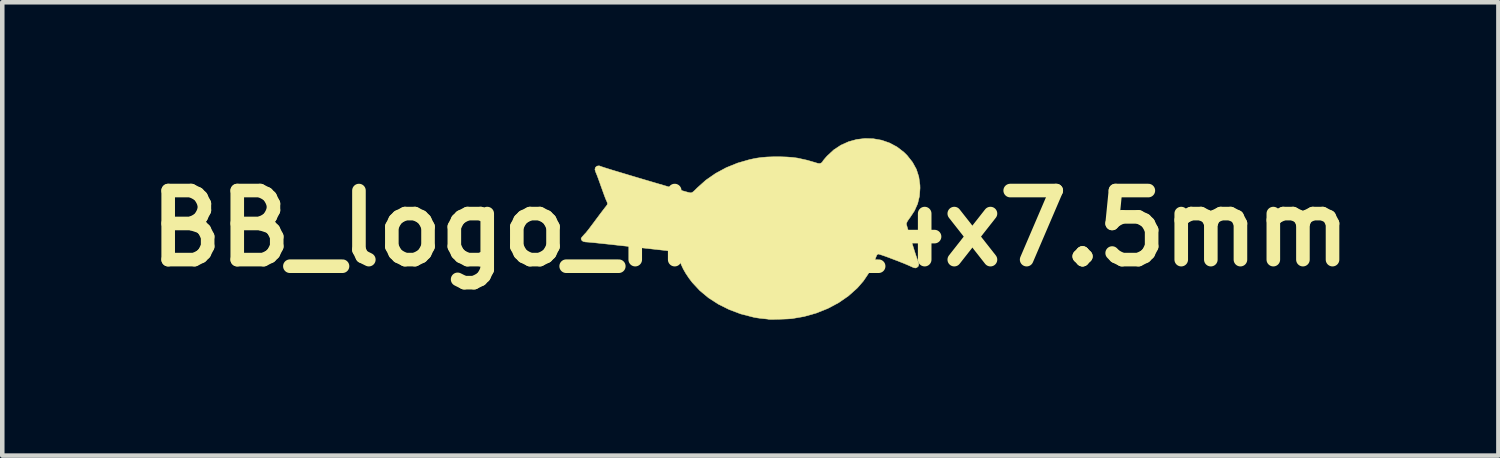
<source format=kicad_pcb>
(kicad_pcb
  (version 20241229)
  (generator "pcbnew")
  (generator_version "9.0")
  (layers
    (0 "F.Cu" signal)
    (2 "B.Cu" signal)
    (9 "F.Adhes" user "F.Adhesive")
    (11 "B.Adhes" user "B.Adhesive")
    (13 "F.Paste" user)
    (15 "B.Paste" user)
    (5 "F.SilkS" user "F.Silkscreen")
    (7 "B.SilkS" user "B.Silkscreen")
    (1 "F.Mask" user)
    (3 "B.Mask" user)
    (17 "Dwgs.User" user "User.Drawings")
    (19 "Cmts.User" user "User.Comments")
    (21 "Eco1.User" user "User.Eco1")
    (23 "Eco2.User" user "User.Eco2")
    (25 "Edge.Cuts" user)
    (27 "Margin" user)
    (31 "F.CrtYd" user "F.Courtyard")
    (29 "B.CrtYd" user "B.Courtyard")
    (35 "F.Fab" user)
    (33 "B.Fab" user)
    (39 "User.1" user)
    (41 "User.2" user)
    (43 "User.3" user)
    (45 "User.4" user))
  (footprint "BB_logo_HxW_4x7.5mm"
    (layer "F.Cu")
    (at 13.506 1.989)
    (property "Reference" "BB_logo_HxW_4x7.5mm" (at 0 0 0) (layer "F.SilkS") (effects (font (size 1.524 1.524) (thickness 0.3))))
    (attr through_hole)
    (fp_poly (pts (xy 2.714 -1.978) (xy 2.896 -1.946) (xy 3.071 -1.885) (xy 3.235 -1.798) (xy 3.386 -1.682) (xy 3.459 -1.61) (xy 3.577 -1.461) (xy 3.663 -1.305) (xy 3.717 -1.138) (xy 3.742 -0.956) (xy 3.744 -0.89) (xy 3.731 -0.71) (xy 3.691 -0.545) (xy 3.622 -0.39) (xy 3.522 -0.238) (xy 3.514 -0.229) (xy 3.466 -0.16) (xy 3.444 -0.111) (xy 3.443 -0.093) (xy 3.456 -0.045) (xy 3.476 0.025) (xy 3.502 0.112) (xy 3.531 0.21) (xy 3.563 0.313) (xy 3.595 0.416) (xy 3.626 0.514) (xy 3.654 0.6) (xy 3.678 0.669) (xy 3.694 0.716) (xy 3.701 0.733) (xy 3.718 0.789) (xy 3.705 0.836) (xy 3.671 0.865) (xy 3.641 0.874) (xy 3.603 0.866) (xy 3.566 0.85) (xy 3.511 0.825) (xy 3.438 0.793) (xy 3.351 0.758) (xy 3.256 0.72) (xy 3.158 0.683) (xy 3.064 0.647) (xy 2.977 0.615) (xy 2.904 0.59) (xy 2.85 0.573) (xy 2.82 0.566) (xy 2.817 0.566) (xy 2.791 0.588) (xy 2.783 0.605) (xy 2.7 0.814) (xy 2.605 0.997) (xy 2.495 1.16) (xy 2.366 1.309) (xy 2.355 1.32) (xy 2.163 1.491) (xy 1.946 1.641) (xy 1.709 1.767) (xy 1.454 1.869) (xy 1.184 1.945) (xy 0.923 1.99) (xy 0.881 1.994) (xy 0.819 1.998) (xy 0.743 2.001) (xy 0.661 2.004) (xy 0.579 2.006) (xy 0.506 2.008) (xy 0.447 2.008) (xy 0.411 2.007) (xy 0.402 2.006) (xy 0.385 2.002) (xy 0.342 1.997) (xy 0.288 1.991) (xy 0.21 1.983) (xy 0.148 1.974) (xy 0.085 1.963) (xy 0.059 1.957) (xy -0.213 1.887) (xy -0.468 1.791) (xy -0.705 1.673) (xy -0.921 1.534) (xy -1.114 1.374) (xy -1.28 1.196) (xy -1.354 1.099) (xy -1.425 0.993) (xy -1.48 0.897) (xy -1.526 0.798) (xy -1.569 0.681) (xy -1.574 0.665) (xy -1.624 0.516) (xy -2.56 0.412) (xy -2.737 0.392) (xy -2.906 0.374) (xy -3.063 0.356) (xy -3.206 0.341) (xy -3.33 0.328) (xy -3.432 0.317) (xy -3.509 0.31) (xy -3.559 0.305) (xy -3.573 0.304) (xy -3.642 0.299) (xy -3.686 0.289) (xy -3.713 0.272) (xy -3.726 0.253) (xy -3.733 0.237) (xy -3.734 0.222) (xy -3.723 0.202) (xy -3.698 0.172) (xy -3.655 0.124) (xy -3.633 0.102) (xy -3.611 0.075) (xy -3.572 0.026) (xy -3.522 -0.04) (xy -3.463 -0.118) (xy -3.406 -0.195) (xy -3.344 -0.278) (xy -3.287 -0.354) (xy -3.238 -0.418) (xy -3.202 -0.465) (xy -3.183 -0.488) (xy -3.158 -0.523) (xy -3.152 -0.553) (xy -3.166 -0.592) (xy -3.175 -0.61) (xy -3.189 -0.642) (xy -3.212 -0.7) (xy -3.24 -0.777) (xy -3.272 -0.866) (xy -3.294 -0.926) (xy -3.327 -1.02) (xy -3.358 -1.106) (xy -3.385 -1.177) (xy -3.406 -1.228) (xy -3.414 -1.246) (xy -3.43 -1.301) (xy -3.418 -1.346) (xy -3.384 -1.374) (xy -3.337 -1.381) (xy -3.29 -1.364) (xy -3.267 -1.356) (xy -3.215 -1.339) (xy -3.138 -1.315) (xy -3.039 -1.284) (xy -2.922 -1.249) (xy -2.789 -1.209) (xy -2.646 -1.166) (xy -2.495 -1.121) (xy -2.34 -1.075) (xy -2.184 -1.029) (xy -2.031 -0.984) (xy -1.884 -0.941) (xy -1.748 -0.901) (xy -1.625 -0.866) (xy -1.519 -0.836) (xy -1.434 -0.812) (xy -1.373 -0.795) (xy -1.342 -0.788) (xy -1.315 -0.784) (xy -1.291 -0.789) (xy -1.264 -0.806) (xy -1.226 -0.84) (xy -1.172 -0.894) (xy -0.982 -1.064) (xy -0.767 -1.213) (xy -0.532 -1.34) (xy -0.28 -1.442) (xy -0.016 -1.518) (xy 0.059 -1.534) (xy 0.104 -1.543) (xy 0.135 -1.549) (xy 0.24 -1.564) (xy 0.369 -1.575) (xy 0.513 -1.58) (xy 0.662 -1.58) (xy 0.808 -1.575) (xy 0.939 -1.565) (xy 1.049 -1.55) (xy 1.05 -1.549) (xy 1.254 -1.504) (xy 1.426 -1.454) (xy 1.488 -1.435) (xy 1.529 -1.431) (xy 1.557 -1.439) (xy 1.584 -1.459) (xy 1.592 -1.471) (xy 1.602 -1.489) (xy 1.631 -1.525) (xy 1.673 -1.574) (xy 1.698 -1.601) (xy 1.839 -1.732) (xy 1.997 -1.836) (xy 2.168 -1.913) (xy 2.346 -1.962) (xy 2.53 -1.984) (xy 2.714 -1.978)) (stroke (width 0.01) (type solid)) (fill yes) (layer "F.SilkS")))
  (gr_rect
    (start -3 -3)
    (end 30.011 7.002)
    (stroke (width 0.1) (type default))
    (fill no)
    (layer "Edge.Cuts")))
</source>
